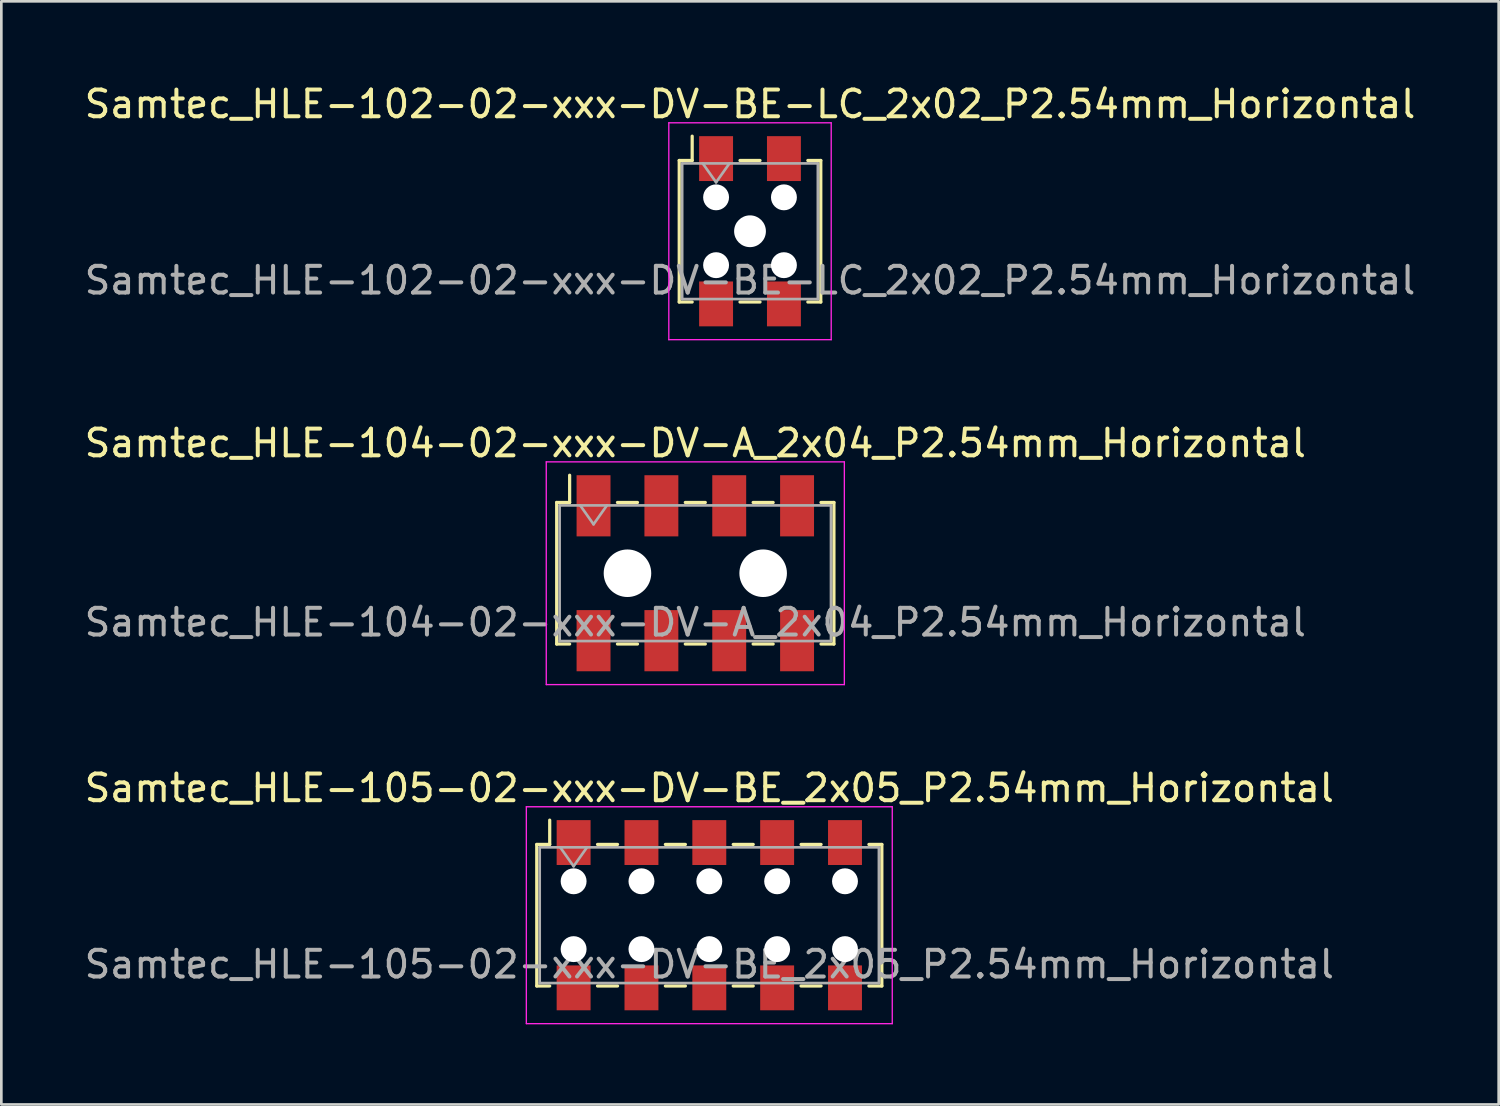
<source format=kicad_pcb>
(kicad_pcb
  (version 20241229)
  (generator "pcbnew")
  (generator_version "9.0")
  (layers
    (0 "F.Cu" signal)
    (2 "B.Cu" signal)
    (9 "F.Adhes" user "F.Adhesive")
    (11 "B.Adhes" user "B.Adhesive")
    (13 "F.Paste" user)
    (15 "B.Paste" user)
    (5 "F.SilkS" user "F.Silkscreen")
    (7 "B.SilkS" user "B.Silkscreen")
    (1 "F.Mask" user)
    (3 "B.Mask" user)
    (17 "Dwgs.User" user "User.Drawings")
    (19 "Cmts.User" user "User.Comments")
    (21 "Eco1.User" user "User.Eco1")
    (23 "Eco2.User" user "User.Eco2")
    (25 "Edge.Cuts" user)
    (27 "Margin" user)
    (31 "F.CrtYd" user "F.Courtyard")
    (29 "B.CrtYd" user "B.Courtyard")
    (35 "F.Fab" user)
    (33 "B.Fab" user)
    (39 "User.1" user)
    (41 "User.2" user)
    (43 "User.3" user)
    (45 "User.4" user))
  (footprint "Samtec_HLE-104-02-xxx-DV-A_2x04_P2.54mm_Horizontal"
    (layer "F.Cu")
    (at 22.982 18.412)
    (property "Reference" "Samtec_HLE-104-02-xxx-DV-A_2x04_P2.54mm_Horizontal" (at 0 -4.87 0) (layer "F.SilkS") (effects (font (size 1 1) (thickness 0.15))))
    (attr smd)
    (fp_line (start -5.19 -2.65) (end -5.19 2.65) (stroke (width 0.12) (type solid)) (layer "F.SilkS"))
    (fp_line (start -5.19 2.65) (end -4.705 2.65) (stroke (width 0.12) (type solid)) (layer "F.SilkS"))
    (fp_line (start -4.705 -3.67) (end -4.705 -2.65) (stroke (width 0.12) (type solid)) (layer "F.SilkS"))
    (fp_line (start -4.705 -2.65) (end -5.19 -2.65) (stroke (width 0.12) (type solid)) (layer "F.SilkS"))
    (fp_line (start -2.915 -2.65) (end -2.165 -2.65) (stroke (width 0.12) (type solid)) (layer "F.SilkS"))
    (fp_line (start -2.915 2.65) (end -2.165 2.65) (stroke (width 0.12) (type solid)) (layer "F.SilkS"))
    (fp_line (start -0.375 -2.65) (end 0.375 -2.65) (stroke (width 0.12) (type solid)) (layer "F.SilkS"))
    (fp_line (start -0.375 2.65) (end 0.375 2.65) (stroke (width 0.12) (type solid)) (layer "F.SilkS"))
    (fp_line (start 2.165 -2.65) (end 2.915 -2.65) (stroke (width 0.12) (type solid)) (layer "F.SilkS"))
    (fp_line (start 2.165 2.65) (end 2.915 2.65) (stroke (width 0.12) (type solid)) (layer "F.SilkS"))
    (fp_line (start 4.705 -2.65) (end 5.19 -2.65) (stroke (width 0.12) (type solid)) (layer "F.SilkS"))
    (fp_line (start 5.19 -2.65) (end 5.19 2.65) (stroke (width 0.12) (type solid)) (layer "F.SilkS"))
    (fp_line (start 5.19 2.65) (end 4.705 2.65) (stroke (width 0.12) (type solid)) (layer "F.SilkS"))
    (fp_line (start -5.58 -4.17) (end 5.58 -4.17) (stroke (width 0.05) (type solid)) (layer "F.CrtYd"))
    (fp_line (start -5.58 4.17) (end -5.58 -4.17) (stroke (width 0.05) (type solid)) (layer "F.CrtYd"))
    (fp_line (start 5.58 -4.17) (end 5.58 4.17) (stroke (width 0.05) (type solid)) (layer "F.CrtYd"))
    (fp_line (start 5.58 4.17) (end -5.58 4.17) (stroke (width 0.05) (type solid)) (layer "F.CrtYd"))
    (fp_line (start -5.08 -2.54) (end 5.08 -2.54) (stroke (width 0.1) (type solid)) (layer "F.Fab"))
    (fp_line (start -5.08 2.54) (end -5.08 -2.54) (stroke (width 0.1) (type solid)) (layer "F.Fab"))
    (fp_line (start -4.31 -2.54) (end -3.81 -1.833) (stroke (width 0.1) (type solid)) (layer "F.Fab"))
    (fp_line (start -3.81 -1.833) (end -3.31 -2.54) (stroke (width 0.1) (type solid)) (layer "F.Fab"))
    (fp_line (start 5.08 -2.54) (end 5.08 2.54) (stroke (width 0.1) (type solid)) (layer "F.Fab"))
    (fp_line (start 5.08 2.54) (end -5.08 2.54) (stroke (width 0.1) (type solid)) (layer "F.Fab"))
    (fp_text user "${REFERENCE}" (at 0 1.84 0) (layer "F.Fab") (effects (font (size 1 1) (thickness 0.15))))
    (pad "" np_thru_hole circle (at -2.54 0) (size 1.78 1.78) (drill 1.78) (layers "*.Cu" "*.Mask"))
    (pad "" np_thru_hole circle (at 2.54 0) (size 1.78 1.78) (drill 1.78) (layers "*.Cu" "*.Mask"))
    (pad "1" smd rect (at -3.81 -2.525) (size 1.27 2.29) (layers "F.Cu" "F.Mask" "F.Paste"))
    (pad "2" smd rect (at -3.81 2.525) (size 1.27 2.29) (layers "F.Cu" "F.Mask" "F.Paste"))
    (pad "3" smd rect (at -1.27 -2.525) (size 1.27 2.29) (layers "F.Cu" "F.Mask" "F.Paste"))
    (pad "4" smd rect (at -1.27 2.525) (size 1.27 2.29) (layers "F.Cu" "F.Mask" "F.Paste"))
    (pad "5" smd rect (at 1.27 -2.525) (size 1.27 2.29) (layers "F.Cu" "F.Mask" "F.Paste"))
    (pad "6" smd rect (at 1.27 2.525) (size 1.27 2.29) (layers "F.Cu" "F.Mask" "F.Paste"))
    (pad "7" smd rect (at 3.81 -2.525) (size 1.27 2.29) (layers "F.Cu" "F.Mask" "F.Paste"))
    (pad "8" smd rect (at 3.81 2.525) (size 1.27 2.29) (layers "F.Cu" "F.Mask" "F.Paste")))
  (footprint "Samtec_HLE-102-02-xxx-DV-BE-LC_2x02_P2.54mm_Horizontal"
    (layer "F.Cu")
    (at 25.03 5.608)
    (property "Reference" "Samtec_HLE-102-02-xxx-DV-BE-LC_2x02_P2.54mm_Horizontal" (at 0 -4.76 0) (layer "F.SilkS") (effects (font (size 1 1) (thickness 0.15))))
    (attr smd)
    (fp_line (start -2.65 -2.65) (end -2.65 2.65) (stroke (width 0.12) (type solid)) (layer "F.SilkS"))
    (fp_line (start -2.65 2.65) (end -2.165 2.65) (stroke (width 0.12) (type solid)) (layer "F.SilkS"))
    (fp_line (start -2.165 -3.56) (end -2.165 -2.65) (stroke (width 0.12) (type solid)) (layer "F.SilkS"))
    (fp_line (start -2.165 -2.65) (end -2.65 -2.65) (stroke (width 0.12) (type solid)) (layer "F.SilkS"))
    (fp_line (start -0.375 -2.65) (end 0.375 -2.65) (stroke (width 0.12) (type solid)) (layer "F.SilkS"))
    (fp_line (start -0.375 2.65) (end 0.375 2.65) (stroke (width 0.12) (type solid)) (layer "F.SilkS"))
    (fp_line (start 2.165 -2.65) (end 2.65 -2.65) (stroke (width 0.12) (type solid)) (layer "F.SilkS"))
    (fp_line (start 2.65 -2.65) (end 2.65 2.65) (stroke (width 0.12) (type solid)) (layer "F.SilkS"))
    (fp_line (start 2.65 2.65) (end 2.165 2.65) (stroke (width 0.12) (type solid)) (layer "F.SilkS"))
    (fp_line (start -3.04 -4.06) (end 3.04 -4.06) (stroke (width 0.05) (type solid)) (layer "F.CrtYd"))
    (fp_line (start -3.04 4.06) (end -3.04 -4.06) (stroke (width 0.05) (type solid)) (layer "F.CrtYd"))
    (fp_line (start 3.04 -4.06) (end 3.04 4.06) (stroke (width 0.05) (type solid)) (layer "F.CrtYd"))
    (fp_line (start 3.04 4.06) (end -3.04 4.06) (stroke (width 0.05) (type solid)) (layer "F.CrtYd"))
    (fp_line (start -2.54 -2.54) (end 2.54 -2.54) (stroke (width 0.1) (type solid)) (layer "F.Fab"))
    (fp_line (start -2.54 2.54) (end -2.54 -2.54) (stroke (width 0.1) (type solid)) (layer "F.Fab"))
    (fp_line (start -1.77 -2.54) (end -1.27 -1.833) (stroke (width 0.1) (type solid)) (layer "F.Fab"))
    (fp_line (start -1.27 -1.833) (end -0.77 -2.54) (stroke (width 0.1) (type solid)) (layer "F.Fab"))
    (fp_line (start 2.54 -2.54) (end 2.54 2.54) (stroke (width 0.1) (type solid)) (layer "F.Fab"))
    (fp_line (start 2.54 2.54) (end -2.54 2.54) (stroke (width 0.1) (type solid)) (layer "F.Fab"))
    (fp_text user "${REFERENCE}" (at 0 1.84 0) (layer "F.Fab") (effects (font (size 1 1) (thickness 0.15))))
    (pad "" np_thru_hole circle (at -1.27 -1.27) (size 0.97 0.97) (drill 0.97) (layers "*.Cu" "*.Mask"))
    (pad "" np_thru_hole circle (at -1.27 1.27) (size 0.97 0.97) (drill 0.97) (layers "*.Cu" "*.Mask"))
    (pad "" np_thru_hole circle (at 0 0) (size 1.19 1.19) (drill 1.19) (layers "*.Cu" "*.Mask"))
    (pad "" np_thru_hole circle (at 1.27 -1.27) (size 0.97 0.97) (drill 0.97) (layers "*.Cu" "*.Mask"))
    (pad "" np_thru_hole circle (at 1.27 1.27) (size 0.97 0.97) (drill 0.97) (layers "*.Cu" "*.Mask"))
    (pad "1" smd rect (at -1.27 -2.72) (size 1.27 1.68) (layers "F.Cu" "F.Mask" "F.Paste"))
    (pad "2" smd rect (at -1.27 2.72) (size 1.27 1.68) (layers "F.Cu" "F.Mask" "F.Paste"))
    (pad "3" smd rect (at 1.27 -2.72) (size 1.27 1.68) (layers "F.Cu" "F.Mask" "F.Paste"))
    (pad "4" smd rect (at 1.27 2.72) (size 1.27 1.68) (layers "F.Cu" "F.Mask" "F.Paste")))
  (footprint "Samtec_HLE-105-02-xxx-DV-BE_2x05_P2.54mm_Horizontal"
    (layer "F.Cu")
    (at 23.506 31.215)
    (property "Reference" "Samtec_HLE-105-02-xxx-DV-BE_2x05_P2.54mm_Horizontal" (at 0 -4.76 0) (layer "F.SilkS") (effects (font (size 1 1) (thickness 0.15))))
    (attr smd)
    (fp_line (start -6.46 -2.65) (end -6.46 2.65) (stroke (width 0.12) (type solid)) (layer "F.SilkS"))
    (fp_line (start -6.46 2.65) (end -5.975 2.65) (stroke (width 0.12) (type solid)) (layer "F.SilkS"))
    (fp_line (start -5.975 -3.56) (end -5.975 -2.65) (stroke (width 0.12) (type solid)) (layer "F.SilkS"))
    (fp_line (start -5.975 -2.65) (end -6.46 -2.65) (stroke (width 0.12) (type solid)) (layer "F.SilkS"))
    (fp_line (start -4.185 -2.65) (end -3.435 -2.65) (stroke (width 0.12) (type solid)) (layer "F.SilkS"))
    (fp_line (start -4.185 2.65) (end -3.435 2.65) (stroke (width 0.12) (type solid)) (layer "F.SilkS"))
    (fp_line (start -1.645 -2.65) (end -0.895 -2.65) (stroke (width 0.12) (type solid)) (layer "F.SilkS"))
    (fp_line (start -1.645 2.65) (end -0.895 2.65) (stroke (width 0.12) (type solid)) (layer "F.SilkS"))
    (fp_line (start 0.895 -2.65) (end 1.645 -2.65) (stroke (width 0.12) (type solid)) (layer "F.SilkS"))
    (fp_line (start 0.895 2.65) (end 1.645 2.65) (stroke (width 0.12) (type solid)) (layer "F.SilkS"))
    (fp_line (start 3.435 -2.65) (end 4.185 -2.65) (stroke (width 0.12) (type solid)) (layer "F.SilkS"))
    (fp_line (start 3.435 2.65) (end 4.185 2.65) (stroke (width 0.12) (type solid)) (layer "F.SilkS"))
    (fp_line (start 5.975 -2.65) (end 6.46 -2.65) (stroke (width 0.12) (type solid)) (layer "F.SilkS"))
    (fp_line (start 6.46 -2.65) (end 6.46 2.65) (stroke (width 0.12) (type solid)) (layer "F.SilkS"))
    (fp_line (start 6.46 2.65) (end 5.975 2.65) (stroke (width 0.12) (type solid)) (layer "F.SilkS"))
    (fp_line (start -6.85 -4.06) (end 6.85 -4.06) (stroke (width 0.05) (type solid)) (layer "F.CrtYd"))
    (fp_line (start -6.85 4.06) (end -6.85 -4.06) (stroke (width 0.05) (type solid)) (layer "F.CrtYd"))
    (fp_line (start 6.85 -4.06) (end 6.85 4.06) (stroke (width 0.05) (type solid)) (layer "F.CrtYd"))
    (fp_line (start 6.85 4.06) (end -6.85 4.06) (stroke (width 0.05) (type solid)) (layer "F.CrtYd"))
    (fp_line (start -6.35 -2.54) (end 6.35 -2.54) (stroke (width 0.1) (type solid)) (layer "F.Fab"))
    (fp_line (start -6.35 2.54) (end -6.35 -2.54) (stroke (width 0.1) (type solid)) (layer "F.Fab"))
    (fp_line (start -5.58 -2.54) (end -5.08 -1.833) (stroke (width 0.1) (type solid)) (layer "F.Fab"))
    (fp_line (start -5.08 -1.833) (end -4.58 -2.54) (stroke (width 0.1) (type solid)) (layer "F.Fab"))
    (fp_line (start 6.35 -2.54) (end 6.35 2.54) (stroke (width 0.1) (type solid)) (layer "F.Fab"))
    (fp_line (start 6.35 2.54) (end -6.35 2.54) (stroke (width 0.1) (type solid)) (layer "F.Fab"))
    (fp_text user "${REFERENCE}" (at 0 1.84 0) (layer "F.Fab") (effects (font (size 1 1) (thickness 0.15))))
    (pad "" np_thru_hole circle (at -5.08 -1.27) (size 0.97 0.97) (drill 0.97) (layers "*.Cu" "*.Mask"))
    (pad "" np_thru_hole circle (at -5.08 1.27) (size 0.97 0.97) (drill 0.97) (layers "*.Cu" "*.Mask"))
    (pad "" np_thru_hole circle (at -2.54 -1.27) (size 0.97 0.97) (drill 0.97) (layers "*.Cu" "*.Mask"))
    (pad "" np_thru_hole circle (at -2.54 1.27) (size 0.97 0.97) (drill 0.97) (layers "*.Cu" "*.Mask"))
    (pad "" np_thru_hole circle (at 0 -1.27) (size 0.97 0.97) (drill 0.97) (layers "*.Cu" "*.Mask"))
    (pad "" np_thru_hole circle (at 0 1.27) (size 0.97 0.97) (drill 0.97) (layers "*.Cu" "*.Mask"))
    (pad "" np_thru_hole circle (at 2.54 -1.27) (size 0.97 0.97) (drill 0.97) (layers "*.Cu" "*.Mask"))
    (pad "" np_thru_hole circle (at 2.54 1.27) (size 0.97 0.97) (drill 0.97) (layers "*.Cu" "*.Mask"))
    (pad "" np_thru_hole circle (at 5.08 -1.27) (size 0.97 0.97) (drill 0.97) (layers "*.Cu" "*.Mask"))
    (pad "" np_thru_hole circle (at 5.08 1.27) (size 0.97 0.97) (drill 0.97) (layers "*.Cu" "*.Mask"))
    (pad "1" smd rect (at -5.08 -2.72) (size 1.27 1.68) (layers "F.Cu" "F.Mask" "F.Paste"))
    (pad "2" smd rect (at -5.08 2.72) (size 1.27 1.68) (layers "F.Cu" "F.Mask" "F.Paste"))
    (pad "3" smd rect (at -2.54 -2.72) (size 1.27 1.68) (layers "F.Cu" "F.Mask" "F.Paste"))
    (pad "4" smd rect (at -2.54 2.72) (size 1.27 1.68) (layers "F.Cu" "F.Mask" "F.Paste"))
    (pad "5" smd rect (at 0 -2.72) (size 1.27 1.68) (layers "F.Cu" "F.Mask" "F.Paste"))
    (pad "6" smd rect (at 0 2.72) (size 1.27 1.68) (layers "F.Cu" "F.Mask" "F.Paste"))
    (pad "7" smd rect (at 2.54 -2.72) (size 1.27 1.68) (layers "F.Cu" "F.Mask" "F.Paste"))
    (pad "8" smd rect (at 2.54 2.72) (size 1.27 1.68) (layers "F.Cu" "F.Mask" "F.Paste"))
    (pad "9" smd rect (at 5.08 -2.72) (size 1.27 1.68) (layers "F.Cu" "F.Mask" "F.Paste"))
    (pad "10" smd rect (at 5.08 2.72) (size 1.27 1.68) (layers "F.Cu" "F.Mask" "F.Paste")))
  (gr_rect
    (start -3 -3)
    (end 53.06 38.3)
    (stroke (width 0.1) (type default))
    (fill no)
    (layer "Edge.Cuts")))
</source>
